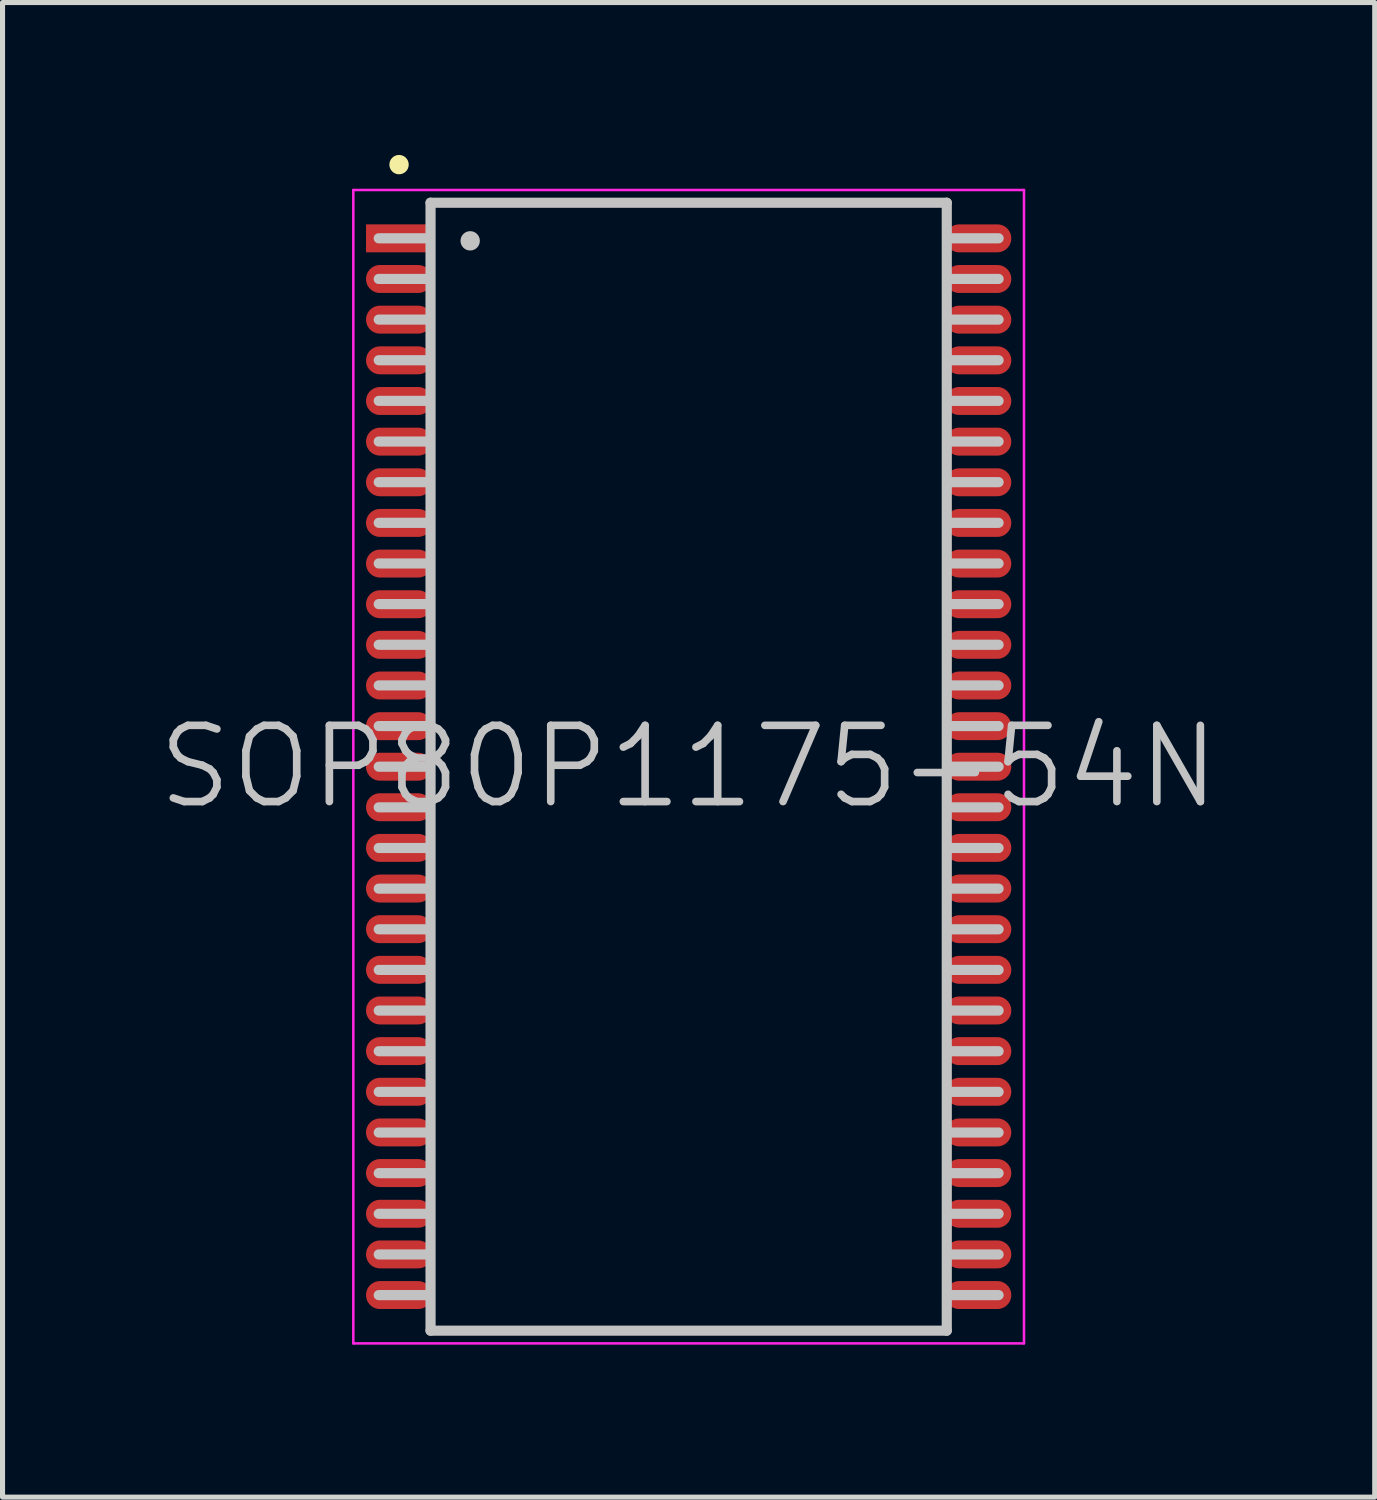
<source format=kicad_pcb>
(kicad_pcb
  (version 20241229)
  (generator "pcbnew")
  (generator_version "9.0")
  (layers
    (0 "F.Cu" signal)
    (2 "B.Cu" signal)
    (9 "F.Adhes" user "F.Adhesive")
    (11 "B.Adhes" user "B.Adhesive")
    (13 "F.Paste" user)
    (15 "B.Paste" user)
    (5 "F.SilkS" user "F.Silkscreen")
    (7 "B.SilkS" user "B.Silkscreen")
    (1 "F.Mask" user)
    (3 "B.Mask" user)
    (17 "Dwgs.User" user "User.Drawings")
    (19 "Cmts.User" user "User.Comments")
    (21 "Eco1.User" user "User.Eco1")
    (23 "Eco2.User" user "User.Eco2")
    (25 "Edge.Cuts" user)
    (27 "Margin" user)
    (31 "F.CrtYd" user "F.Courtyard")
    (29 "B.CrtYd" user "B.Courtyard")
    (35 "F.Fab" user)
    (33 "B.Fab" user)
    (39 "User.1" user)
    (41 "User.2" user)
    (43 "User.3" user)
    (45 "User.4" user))
  (footprint "SOP80P1175-54N"
    (layer "F.Cu")
    (at 10.504 12.04)
    (property "Reference" "SOP80P1175-54N" (at 0 0 0) (layer "Dwgs.User") (effects (font (size 1.5 1.5) (thickness 0.15))))
    (attr smd)
    (fp_line (start -5.7 -11.85) (end -5.7 -11.85) (stroke (width 0.381) (type solid)) (layer "F.SilkS"))
    (fp_line (start -5.1 -10.4) (end -6.1 -10.4) (stroke (width 0.2) (type solid)) (layer "Dwgs.User"))
    (fp_line (start -5.1 -9.6) (end -6.1 -9.6) (stroke (width 0.2) (type solid)) (layer "Dwgs.User"))
    (fp_line (start -5.1 -8.8) (end -6.1 -8.8) (stroke (width 0.2) (type solid)) (layer "Dwgs.User"))
    (fp_line (start -5.1 -8) (end -6.1 -8) (stroke (width 0.2) (type solid)) (layer "Dwgs.User"))
    (fp_line (start -5.1 -7.2) (end -6.1 -7.2) (stroke (width 0.2) (type solid)) (layer "Dwgs.User"))
    (fp_line (start -5.1 -6.4) (end -6.1 -6.4) (stroke (width 0.2) (type solid)) (layer "Dwgs.User"))
    (fp_line (start -5.1 -5.6) (end -6.1 -5.6) (stroke (width 0.2) (type solid)) (layer "Dwgs.User"))
    (fp_line (start -5.1 -4.8) (end -6.1 -4.8) (stroke (width 0.2) (type solid)) (layer "Dwgs.User"))
    (fp_line (start -5.1 -4) (end -6.1 -4) (stroke (width 0.2) (type solid)) (layer "Dwgs.User"))
    (fp_line (start -5.1 -3.2) (end -6.1 -3.2) (stroke (width 0.2) (type solid)) (layer "Dwgs.User"))
    (fp_line (start -5.1 -2.4) (end -6.1 -2.4) (stroke (width 0.2) (type solid)) (layer "Dwgs.User"))
    (fp_line (start -5.1 -1.6) (end -6.1 -1.6) (stroke (width 0.2) (type solid)) (layer "Dwgs.User"))
    (fp_line (start -5.1 -0.8) (end -6.1 -0.8) (stroke (width 0.2) (type solid)) (layer "Dwgs.User"))
    (fp_line (start -5.1 0) (end -6.1 0) (stroke (width 0.2) (type solid)) (layer "Dwgs.User"))
    (fp_line (start -5.1 0.8) (end -6.1 0.8) (stroke (width 0.2) (type solid)) (layer "Dwgs.User"))
    (fp_line (start -5.1 1.6) (end -6.1 1.6) (stroke (width 0.2) (type solid)) (layer "Dwgs.User"))
    (fp_line (start -5.1 2.4) (end -6.1 2.4) (stroke (width 0.2) (type solid)) (layer "Dwgs.User"))
    (fp_line (start -5.1 3.2) (end -6.1 3.2) (stroke (width 0.2) (type solid)) (layer "Dwgs.User"))
    (fp_line (start -5.1 4) (end -6.1 4) (stroke (width 0.2) (type solid)) (layer "Dwgs.User"))
    (fp_line (start -5.1 4.8) (end -6.1 4.8) (stroke (width 0.2) (type solid)) (layer "Dwgs.User"))
    (fp_line (start -5.1 5.6) (end -6.1 5.6) (stroke (width 0.2) (type solid)) (layer "Dwgs.User"))
    (fp_line (start -5.1 6.4) (end -6.1 6.4) (stroke (width 0.2) (type solid)) (layer "Dwgs.User"))
    (fp_line (start -5.1 7.2) (end -6.1 7.2) (stroke (width 0.2) (type solid)) (layer "Dwgs.User"))
    (fp_line (start -5.1 8) (end -6.1 8) (stroke (width 0.2) (type solid)) (layer "Dwgs.User"))
    (fp_line (start -5.1 8.8) (end -6.1 8.8) (stroke (width 0.2) (type solid)) (layer "Dwgs.User"))
    (fp_line (start -5.1 9.6) (end -6.1 9.6) (stroke (width 0.2) (type solid)) (layer "Dwgs.User"))
    (fp_line (start -5.1 10.4) (end -6.1 10.4) (stroke (width 0.2) (type solid)) (layer "Dwgs.User"))
    (fp_line (start -5.08 -11.1) (end -5.08 11.1) (stroke (width 0.2) (type solid)) (layer "Dwgs.User"))
    (fp_line (start -5.08 -11.1) (end 5.08 -11.1) (stroke (width 0.2) (type solid)) (layer "Dwgs.User"))
    (fp_line (start -5.08 11.1) (end 5.08 11.1) (stroke (width 0.2) (type solid)) (layer "Dwgs.User"))
    (fp_line (start -4.3 -10.35) (end -4.3 -10.35) (stroke (width 0.381) (type solid)) (layer "Dwgs.User"))
    (fp_line (start 5.08 -11.1) (end 5.08 11.1) (stroke (width 0.2) (type solid)) (layer "Dwgs.User"))
    (fp_line (start 6.1 -10.4) (end 5.1 -10.4) (stroke (width 0.2) (type solid)) (layer "Dwgs.User"))
    (fp_line (start 6.1 -9.6) (end 5.1 -9.6) (stroke (width 0.2) (type solid)) (layer "Dwgs.User"))
    (fp_line (start 6.1 -8.8) (end 5.1 -8.8) (stroke (width 0.2) (type solid)) (layer "Dwgs.User"))
    (fp_line (start 6.1 -8) (end 5.1 -8) (stroke (width 0.2) (type solid)) (layer "Dwgs.User"))
    (fp_line (start 6.1 -7.2) (end 5.1 -7.2) (stroke (width 0.2) (type solid)) (layer "Dwgs.User"))
    (fp_line (start 6.1 -6.4) (end 5.1 -6.4) (stroke (width 0.2) (type solid)) (layer "Dwgs.User"))
    (fp_line (start 6.1 -5.6) (end 5.1 -5.6) (stroke (width 0.2) (type solid)) (layer "Dwgs.User"))
    (fp_line (start 6.1 -4.8) (end 5.1 -4.8) (stroke (width 0.2) (type solid)) (layer "Dwgs.User"))
    (fp_line (start 6.1 -4) (end 5.1 -4) (stroke (width 0.2) (type solid)) (layer "Dwgs.User"))
    (fp_line (start 6.1 -3.2) (end 5.1 -3.2) (stroke (width 0.2) (type solid)) (layer "Dwgs.User"))
    (fp_line (start 6.1 -2.4) (end 5.1 -2.4) (stroke (width 0.2) (type solid)) (layer "Dwgs.User"))
    (fp_line (start 6.1 -1.6) (end 5.1 -1.6) (stroke (width 0.2) (type solid)) (layer "Dwgs.User"))
    (fp_line (start 6.1 -0.8) (end 5.1 -0.8) (stroke (width 0.2) (type solid)) (layer "Dwgs.User"))
    (fp_line (start 6.1 0) (end 5.1 0) (stroke (width 0.2) (type solid)) (layer "Dwgs.User"))
    (fp_line (start 6.1 0.8) (end 5.1 0.8) (stroke (width 0.2) (type solid)) (layer "Dwgs.User"))
    (fp_line (start 6.1 1.6) (end 5.1 1.6) (stroke (width 0.2) (type solid)) (layer "Dwgs.User"))
    (fp_line (start 6.1 2.4) (end 5.1 2.4) (stroke (width 0.2) (type solid)) (layer "Dwgs.User"))
    (fp_line (start 6.1 3.2) (end 5.1 3.2) (stroke (width 0.2) (type solid)) (layer "Dwgs.User"))
    (fp_line (start 6.1 4) (end 5.1 4) (stroke (width 0.2) (type solid)) (layer "Dwgs.User"))
    (fp_line (start 6.1 4.8) (end 5.1 4.8) (stroke (width 0.2) (type solid)) (layer "Dwgs.User"))
    (fp_line (start 6.1 5.6) (end 5.1 5.6) (stroke (width 0.2) (type solid)) (layer "Dwgs.User"))
    (fp_line (start 6.1 6.4) (end 5.1 6.4) (stroke (width 0.2) (type solid)) (layer "Dwgs.User"))
    (fp_line (start 6.1 7.2) (end 5.1 7.2) (stroke (width 0.2) (type solid)) (layer "Dwgs.User"))
    (fp_line (start 6.1 8) (end 5.1 8) (stroke (width 0.2) (type solid)) (layer "Dwgs.User"))
    (fp_line (start 6.1 8.8) (end 5.1 8.8) (stroke (width 0.2) (type solid)) (layer "Dwgs.User"))
    (fp_line (start 6.1 9.6) (end 5.1 9.6) (stroke (width 0.2) (type solid)) (layer "Dwgs.User"))
    (fp_line (start 6.1 10.4) (end 5.1 10.4) (stroke (width 0.2) (type solid)) (layer "Dwgs.User"))
    (fp_line (start -6.6 -11.35) (end -6.6 11.35) (stroke (width 0.05) (type solid)) (layer "F.CrtYd"))
    (fp_line (start -6.6 -11.35) (end 6.6 -11.35) (stroke (width 0.05) (type solid)) (layer "F.CrtYd"))
    (fp_line (start -6.6 11.35) (end 6.6 11.35) (stroke (width 0.05) (type solid)) (layer "F.CrtYd"))
    (fp_line (start 6.6 -11.35) (end 6.6 11.35) (stroke (width 0.05) (type solid)) (layer "F.CrtYd"))
    (pad "1" smd rect (at -5.7 -10.399 90) (size 0.55 1.3) (layers "F.Cu" "F.Mask" "F.Paste"))
    (pad "2" smd oval (at -5.7 -9.599 90) (size 0.55 1.3) (layers "F.Cu" "F.Mask" "F.Paste"))
    (pad "3" smd oval (at -5.7 -8.799 90) (size 0.55 1.3) (layers "F.Cu" "F.Mask" "F.Paste"))
    (pad "4" smd oval (at -5.7 -7.998 90) (size 0.55 1.3) (layers "F.Cu" "F.Mask" "F.Paste"))
    (pad "5" smd oval (at -5.7 -7.198 90) (size 0.55 1.3) (layers "F.Cu" "F.Mask" "F.Paste"))
    (pad "6" smd oval (at -5.7 -6.398 90) (size 0.55 1.3) (layers "F.Cu" "F.Mask" "F.Paste"))
    (pad "7" smd oval (at -5.7 -5.598 90) (size 0.55 1.3) (layers "F.Cu" "F.Mask" "F.Paste"))
    (pad "8" smd oval (at -5.7 -4.798 90) (size 0.55 1.3) (layers "F.Cu" "F.Mask" "F.Paste"))
    (pad "9" smd oval (at -5.7 -3.998 90) (size 0.55 1.3) (layers "F.Cu" "F.Mask" "F.Paste"))
    (pad "10" smd oval (at -5.7 -3.198 90) (size 0.55 1.3) (layers "F.Cu" "F.Mask" "F.Paste"))
    (pad "11" smd oval (at -5.7 -2.398 90) (size 0.55 1.3) (layers "F.Cu" "F.Mask" "F.Paste"))
    (pad "12" smd oval (at -5.7 -1.598 90) (size 0.55 1.3) (layers "F.Cu" "F.Mask" "F.Paste"))
    (pad "13" smd oval (at -5.7 -0.798 90) (size 0.55 1.3) (layers "F.Cu" "F.Mask" "F.Paste"))
    (pad "14" smd oval (at -5.7 0 90) (size 0.55 1.3) (layers "F.Cu" "F.Mask" "F.Paste"))
    (pad "15" smd oval (at -5.7 0.798 90) (size 0.55 1.3) (layers "F.Cu" "F.Mask" "F.Paste"))
    (pad "16" smd oval (at -5.7 1.598 90) (size 0.55 1.3) (layers "F.Cu" "F.Mask" "F.Paste"))
    (pad "17" smd oval (at -5.7 2.398 90) (size 0.55 1.3) (layers "F.Cu" "F.Mask" "F.Paste"))
    (pad "18" smd oval (at -5.7 3.198 90) (size 0.55 1.3) (layers "F.Cu" "F.Mask" "F.Paste"))
    (pad "19" smd oval (at -5.7 3.998 90) (size 0.55 1.3) (layers "F.Cu" "F.Mask" "F.Paste"))
    (pad "20" smd oval (at -5.7 4.798 90) (size 0.55 1.3) (layers "F.Cu" "F.Mask" "F.Paste"))
    (pad "21" smd oval (at -5.7 5.598 90) (size 0.55 1.3) (layers "F.Cu" "F.Mask" "F.Paste"))
    (pad "22" smd oval (at -5.7 6.398 90) (size 0.55 1.3) (layers "F.Cu" "F.Mask" "F.Paste"))
    (pad "23" smd oval (at -5.7 7.198 90) (size 0.55 1.3) (layers "F.Cu" "F.Mask" "F.Paste"))
    (pad "24" smd oval (at -5.7 7.998 90) (size 0.55 1.3) (layers "F.Cu" "F.Mask" "F.Paste"))
    (pad "25" smd oval (at -5.7 8.799 90) (size 0.55 1.3) (layers "F.Cu" "F.Mask" "F.Paste"))
    (pad "26" smd oval (at -5.7 9.599 90) (size 0.55 1.3) (layers "F.Cu" "F.Mask" "F.Paste"))
    (pad "27" smd oval (at -5.7 10.399 90) (size 0.55 1.3) (layers "F.Cu" "F.Mask" "F.Paste"))
    (pad "28" smd oval (at 5.7 10.399 270) (size 0.55 1.3) (layers "F.Cu" "F.Mask" "F.Paste"))
    (pad "29" smd oval (at 5.7 9.599 270) (size 0.55 1.3) (layers "F.Cu" "F.Mask" "F.Paste"))
    (pad "30" smd oval (at 5.7 8.799 270) (size 0.55 1.3) (layers "F.Cu" "F.Mask" "F.Paste"))
    (pad "31" smd oval (at 5.7 7.998 270) (size 0.55 1.3) (layers "F.Cu" "F.Mask" "F.Paste"))
    (pad "32" smd oval (at 5.7 7.198 270) (size 0.55 1.3) (layers "F.Cu" "F.Mask" "F.Paste"))
    (pad "33" smd oval (at 5.7 6.398 270) (size 0.55 1.3) (layers "F.Cu" "F.Mask" "F.Paste"))
    (pad "34" smd oval (at 5.7 5.598 270) (size 0.55 1.3) (layers "F.Cu" "F.Mask" "F.Paste"))
    (pad "35" smd oval (at 5.7 4.798 270) (size 0.55 1.3) (layers "F.Cu" "F.Mask" "F.Paste"))
    (pad "36" smd oval (at 5.7 3.998 270) (size 0.55 1.3) (layers "F.Cu" "F.Mask" "F.Paste"))
    (pad "37" smd oval (at 5.7 3.198 270) (size 0.55 1.3) (layers "F.Cu" "F.Mask" "F.Paste"))
    (pad "38" smd oval (at 5.7 2.398 270) (size 0.55 1.3) (layers "F.Cu" "F.Mask" "F.Paste"))
    (pad "39" smd oval (at 5.7 1.598 270) (size 0.55 1.3) (layers "F.Cu" "F.Mask" "F.Paste"))
    (pad "40" smd oval (at 5.7 0.798 270) (size 0.55 1.3) (layers "F.Cu" "F.Mask" "F.Paste"))
    (pad "41" smd oval (at 5.7 0 270) (size 0.55 1.3) (layers "F.Cu" "F.Mask" "F.Paste"))
    (pad "42" smd oval (at 5.7 -0.798 270) (size 0.55 1.3) (layers "F.Cu" "F.Mask" "F.Paste"))
    (pad "43" smd oval (at 5.7 -1.598 270) (size 0.55 1.3) (layers "F.Cu" "F.Mask" "F.Paste"))
    (pad "44" smd oval (at 5.7 -2.398 270) (size 0.55 1.3) (layers "F.Cu" "F.Mask" "F.Paste"))
    (pad "45" smd oval (at 5.7 -3.198 270) (size 0.55 1.3) (layers "F.Cu" "F.Mask" "F.Paste"))
    (pad "46" smd oval (at 5.7 -3.998 270) (size 0.55 1.3) (layers "F.Cu" "F.Mask" "F.Paste"))
    (pad "47" smd oval (at 5.7 -4.798 270) (size 0.55 1.3) (layers "F.Cu" "F.Mask" "F.Paste"))
    (pad "48" smd oval (at 5.7 -5.598 270) (size 0.55 1.3) (layers "F.Cu" "F.Mask" "F.Paste"))
    (pad "49" smd oval (at 5.7 -6.398 270) (size 0.55 1.3) (layers "F.Cu" "F.Mask" "F.Paste"))
    (pad "50" smd oval (at 5.7 -7.198 270) (size 0.55 1.3) (layers "F.Cu" "F.Mask" "F.Paste"))
    (pad "51" smd oval (at 5.7 -7.998 270) (size 0.55 1.3) (layers "F.Cu" "F.Mask" "F.Paste"))
    (pad "52" smd oval (at 5.7 -8.799 270) (size 0.55 1.3) (layers "F.Cu" "F.Mask" "F.Paste"))
    (pad "53" smd oval (at 5.7 -9.599 270) (size 0.55 1.3) (layers "F.Cu" "F.Mask" "F.Paste"))
    (pad "54" smd oval (at 5.7 -10.399 270) (size 0.55 1.3) (layers "F.Cu" "F.Mask" "F.Paste")))
  (gr_rect
    (start -3 -3)
    (end 24.007 26.416)
    (stroke (width 0.1) (type default))
    (fill no)
    (layer "Edge.Cuts")))
</source>
